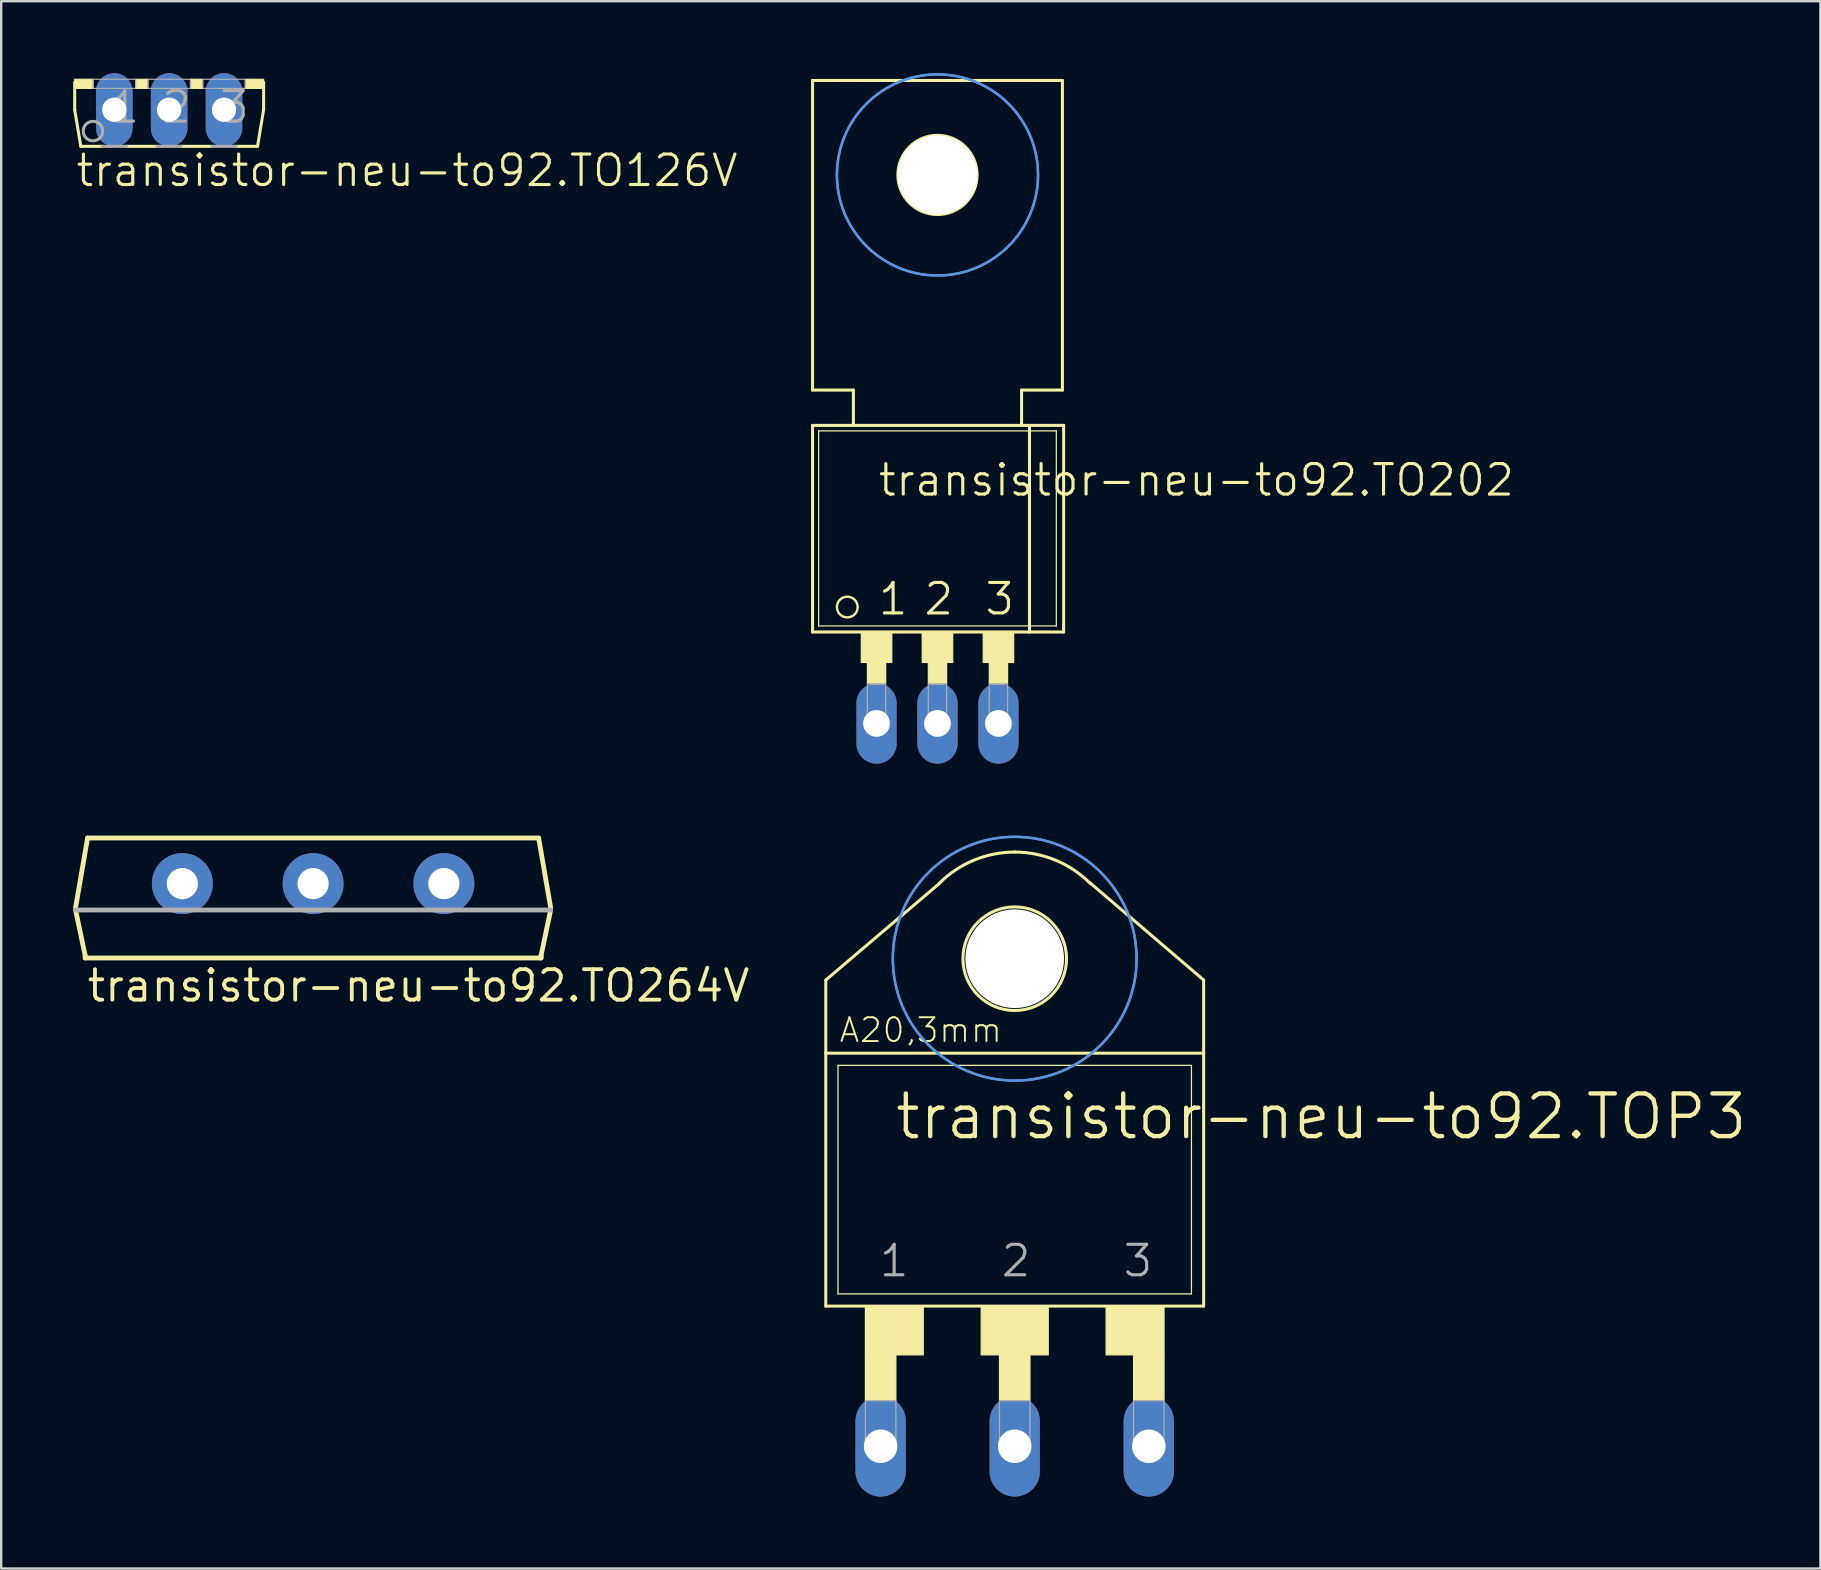
<source format=kicad_pcb>
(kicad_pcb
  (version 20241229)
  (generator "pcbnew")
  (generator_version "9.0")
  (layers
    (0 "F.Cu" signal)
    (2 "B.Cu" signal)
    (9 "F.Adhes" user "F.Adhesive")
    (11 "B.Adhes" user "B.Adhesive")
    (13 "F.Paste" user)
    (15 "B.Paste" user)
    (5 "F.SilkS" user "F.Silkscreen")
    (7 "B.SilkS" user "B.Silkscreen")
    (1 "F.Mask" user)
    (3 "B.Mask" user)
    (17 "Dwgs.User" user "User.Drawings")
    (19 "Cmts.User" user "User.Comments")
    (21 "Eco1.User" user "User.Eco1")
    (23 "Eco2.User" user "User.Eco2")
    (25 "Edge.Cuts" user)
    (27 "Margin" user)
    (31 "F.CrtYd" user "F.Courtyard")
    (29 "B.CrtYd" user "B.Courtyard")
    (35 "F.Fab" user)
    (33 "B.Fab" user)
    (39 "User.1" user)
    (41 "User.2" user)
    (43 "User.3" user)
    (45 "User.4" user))
  (footprint "transistor-neu-to92.TO126V"
    (layer "F.Cu")
    (at 4 0.254)
    (property "Reference" "transistor-neu-to92.TO126V" (at -3.962 4.547 0) (layer "F.SilkS") (effects (font (size 1.27 1.27) (thickness 0.13)) (justify left bottom)))
    (attr through_hole)
    (fp_line (start -3.937 0.127) (end -3.937 1.27) (stroke (width 0.127) (type default)) (layer "F.SilkS"))
    (fp_line (start -3.937 1.27) (end -3.683 2.794) (stroke (width 0.127) (type default)) (layer "F.SilkS"))
    (fp_line (start -3.683 2.794) (end -2.794 2.794) (stroke (width 0.127) (type default)) (layer "F.SilkS"))
    (fp_line (start -1.778 2.794) (end -0.508 2.794) (stroke (width 0.127) (type default)) (layer "F.SilkS"))
    (fp_line (start 0.508 2.794) (end 1.778 2.794) (stroke (width 0.127) (type default)) (layer "F.SilkS"))
    (fp_line (start 2.794 2.794) (end 3.683 2.794) (stroke (width 0.127) (type default)) (layer "F.SilkS"))
    (fp_line (start 3.683 2.794) (end 3.937 1.27) (stroke (width 0.127) (type default)) (layer "F.SilkS"))
    (fp_line (start 3.937 1.27) (end 3.937 0.127) (stroke (width 0.127) (type default)) (layer "F.SilkS"))
    (fp_rect (start -3.937 0.381) (end -3.175 0) (stroke (width 0.05) (type default)) (fill yes) (layer "F.SilkS"))
    (fp_rect (start -1.397 0.381) (end -0.889 0) (stroke (width 0.05) (type default)) (fill yes) (layer "F.SilkS"))
    (fp_rect (start 0.889 0.381) (end 1.397 0) (stroke (width 0.05) (type default)) (fill yes) (layer "F.SilkS"))
    (fp_rect (start 3.175 0.381) (end 3.937 0) (stroke (width 0.05) (type default)) (fill yes) (layer "F.SilkS"))
    (fp_line (start -2.794 2.794) (end -1.778 2.794) (stroke (width 0.127) (type default)) (layer "F.Fab"))
    (fp_line (start -0.508 2.794) (end 0.508 2.794) (stroke (width 0.127) (type default)) (layer "F.Fab"))
    (fp_line (start 1.778 2.794) (end 2.794 2.794) (stroke (width 0.127) (type default)) (layer "F.Fab"))
    (fp_rect (start -3.175 0.381) (end -1.397 0) (stroke (width 0.05) (type default)) (fill no) (layer "F.Fab"))
    (fp_rect (start -0.889 0.381) (end 0.889 0) (stroke (width 0.05) (type default)) (fill no) (layer "F.Fab"))
    (fp_rect (start 1.397 0.381) (end 3.175 0) (stroke (width 0.05) (type default)) (fill no) (layer "F.Fab"))
    (fp_circle (center -3.175 2.159) (end -2.769 2.159) (stroke (width 0.127) (type default)) (fill no) (layer "F.Fab"))
    (fp_text user "1" (at -2.54 1.905 0) (layer "F.Fab") (effects (font (size 1.27 1.27) (thickness 0.13)) (justify left bottom)))
    (fp_text user "3" (at 2.032 1.905 0) (layer "F.Fab") (effects (font (size 1.27 1.27) (thickness 0.13)) (justify left bottom)))
    (fp_text user "2" (at -0.381 1.905 0) (layer "F.Fab") (effects (font (size 1.27 1.27) (thickness 0.13)) (justify left bottom)))
    (pad "1" thru_hole oval (at -2.286 1.27 90) (size 3.048 1.524) (drill 1.016) (layers "*.Cu" "*.Mask"))
    (pad "2" thru_hole oval (at 0 1.27 90) (size 3.048 1.524) (drill 1.016) (layers "*.Cu" "*.Mask"))
    (pad "3" thru_hole oval (at 2.286 1.27 90) (size 3.048 1.524) (drill 1.016) (layers "*.Cu" "*.Mask")))
  (footprint "transistor-neu-to92.TO264V"
    (layer "F.Cu")
    (at 10 33.777)
    (property "Reference" "transistor-neu-to92.TO264V" (at -9.5 5 0) (layer "F.SilkS") (effects (font (size 1.27 1.27) (thickness 0.16)) (justify left bottom)))
    (attr through_hole)
    (fp_line (start -9.5 3) (end -9.9 1.1) (stroke (width 0.2) (type default)) (layer "F.SilkS"))
    (fp_line (start -9.5 3.1) (end -9.5 3) (stroke (width 0.2) (type default)) (layer "F.SilkS"))
    (fp_line (start -9.4 -1.9) (end -9.9 1) (stroke (width 0.2) (type default)) (layer "F.SilkS"))
    (fp_line (start 9.4 -1.9) (end -9.4 -1.9) (stroke (width 0.2) (type default)) (layer "F.SilkS"))
    (fp_line (start 9.5 3) (end 9.5 3.1) (stroke (width 0.2) (type default)) (layer "F.SilkS"))
    (fp_line (start 9.5 3.1) (end -9.5 3.1) (stroke (width 0.2) (type default)) (layer "F.SilkS"))
    (fp_line (start 9.9 1) (end 9.4 -1.9) (stroke (width 0.2) (type default)) (layer "F.SilkS"))
    (fp_line (start 9.9 1.1) (end 9.5 3) (stroke (width 0.2) (type default)) (layer "F.SilkS"))
    (fp_line (start 9.9 1.1) (end -9.9 1.1) (stroke (width 0.2) (type default)) (layer "F.Fab"))
    (pad "1" thru_hole circle (at -5.45 0) (size 2.54 2.54) (drill 1.3) (layers "*.Cu" "*.Mask"))
    (pad "2" thru_hole circle (at 0 0) (size 2.54 2.54) (drill 1.3) (layers "*.Cu" "*.Mask"))
    (pad "3" thru_hole circle (at 5.45 0) (size 2.54 2.54) (drill 1.3) (layers "*.Cu" "*.Mask")))
  (footprint "transistor-neu-to92.TO202"
    (layer "F.Cu")
    (at 36.022 22.021)
    (property "Reference" "transistor-neu-to92.TO202" (at -2.54 -4.318 0) (layer "F.SilkS") (effects (font (size 1.27 1.27) (thickness 0.13)) (justify left bottom)))
    (attr through_hole)
    (fp_line (start -5.207 -21.717) (end -5.207 -8.814) (stroke (width 0.127) (type default)) (layer "F.SilkS"))
    (fp_line (start -5.207 -7.341) (end -3.505 -7.341) (stroke (width 0.127) (type default)) (layer "F.SilkS"))
    (fp_line (start -5.207 1.27) (end -5.207 -7.341) (stroke (width 0.127) (type default)) (layer "F.SilkS"))
    (fp_line (start -5.207 1.27) (end 3.835 1.27) (stroke (width 0.127) (type default)) (layer "F.SilkS"))
    (fp_line (start -4.953 1.016) (end -4.953 -7.112) (stroke (width 0.051) (type default)) (layer "F.SilkS"))
    (fp_line (start -4.953 1.016) (end 4.953 1.016) (stroke (width 0.051) (type default)) (layer "F.SilkS"))
    (fp_line (start -3.505 -8.814) (end -5.207 -8.814) (stroke (width 0.127) (type default)) (layer "F.SilkS"))
    (fp_line (start -3.505 -7.341) (end -3.505 -8.814) (stroke (width 0.127) (type default)) (layer "F.SilkS"))
    (fp_line (start -3.505 -7.341) (end 3.505 -7.341) (stroke (width 0.127) (type default)) (layer "F.SilkS"))
    (fp_line (start 3.505 -8.814) (end 3.505 -7.341) (stroke (width 0.127) (type default)) (layer "F.SilkS"))
    (fp_line (start 3.505 -7.341) (end 3.835 -7.341) (stroke (width 0.127) (type default)) (layer "F.SilkS"))
    (fp_line (start 3.835 -7.341) (end 5.258 -7.341) (stroke (width 0.127) (type default)) (layer "F.SilkS"))
    (fp_line (start 3.835 1.27) (end 3.835 -7.341) (stroke (width 0.127) (type default)) (layer "F.SilkS"))
    (fp_line (start 3.835 1.27) (end 5.258 1.27) (stroke (width 0.127) (type default)) (layer "F.SilkS"))
    (fp_line (start 4.953 -7.112) (end -4.953 -7.112) (stroke (width 0.051) (type default)) (layer "F.SilkS"))
    (fp_line (start 4.953 -7.112) (end 4.953 1.016) (stroke (width 0.051) (type default)) (layer "F.SilkS"))
    (fp_line (start 5.207 -21.717) (end -5.207 -21.717) (stroke (width 0.127) (type default)) (layer "F.SilkS"))
    (fp_line (start 5.207 -21.717) (end 5.207 -8.814) (stroke (width 0.127) (type default)) (layer "F.SilkS"))
    (fp_line (start 5.207 -8.814) (end 3.505 -8.814) (stroke (width 0.127) (type default)) (layer "F.SilkS"))
    (fp_line (start 5.258 1.27) (end 5.258 -7.341) (stroke (width 0.127) (type default)) (layer "F.SilkS"))
    (fp_rect (start -3.175 2.54) (end -1.905 1.27) (stroke (width 0.05) (type default)) (fill yes) (layer "F.SilkS"))
    (fp_rect (start -2.921 3.429) (end -2.159 2.54) (stroke (width 0.05) (type default)) (fill yes) (layer "F.SilkS"))
    (fp_rect (start -0.635 2.54) (end 0.635 1.27) (stroke (width 0.05) (type default)) (fill yes) (layer "F.SilkS"))
    (fp_rect (start -0.381 3.429) (end 0.381 2.54) (stroke (width 0.05) (type default)) (fill yes) (layer "F.SilkS"))
    (fp_rect (start 1.905 2.54) (end 3.175 1.27) (stroke (width 0.05) (type default)) (fill yes) (layer "F.SilkS"))
    (fp_rect (start 2.159 3.429) (end 2.921 2.54) (stroke (width 0.05) (type default)) (fill yes) (layer "F.SilkS"))
    (fp_circle (center -3.759 0.229) (end -3.327 0.229) (stroke (width 0.1) (type default)) (fill no) (layer "F.SilkS"))
    (fp_circle (center 0 -17.78) (end 1.651 -17.78) (stroke (width 0.127) (type default)) (fill no) (layer "F.SilkS"))
    (fp_circle (center 0 -17.78) (end 4.191 -17.78) (stroke (width 0.1) (type default)) (fill no) (layer "Cmts.User"))
    (fp_circle (center 0 -17.78) (end 4.191 -17.78) (stroke (width 0.1) (type default)) (fill no) (layer "Cmts.User"))
    (fp_rect (start -2.921 5.08) (end -2.159 3.429) (stroke (width 0.05) (type default)) (fill no) (layer "F.Fab"))
    (fp_rect (start -0.381 5.08) (end 0.381 3.429) (stroke (width 0.05) (type default)) (fill no) (layer "F.Fab"))
    (fp_rect (start 2.159 5.08) (end 2.921 3.429) (stroke (width 0.05) (type default)) (fill no) (layer "F.Fab"))
    (fp_text user "2" (at -0.635 0.635 0) (layer "F.SilkS") (effects (font (size 1.27 1.27) (thickness 0.13)) (justify left bottom)))
    (fp_text user "3" (at 1.905 0.635 0) (layer "F.SilkS") (effects (font (size 1.27 1.27) (thickness 0.13)) (justify left bottom)))
    (fp_text user "1" (at -2.54 0.635 0) (layer "F.SilkS") (effects (font (size 1.27 1.27) (thickness 0.13)) (justify left bottom)))
    (pad "" np_thru_hole circle (at 0 -17.78) (size 3.302 3.302) (drill 3.302) (layers "*.Cu" "*.Mask"))
    (pad "1" thru_hole oval (at -2.54 5.08 90) (size 3.353 1.676) (drill 1.118) (layers "*.Cu" "*.Mask"))
    (pad "2" thru_hole oval (at 0 5.08 90) (size 3.353 1.676) (drill 1.118) (layers "*.Cu" "*.Mask"))
    (pad "3" thru_hole oval (at 2.54 5.08 90) (size 3.353 1.676) (drill 1.118) (layers "*.Cu" "*.Mask")))
  (footprint "transistor-neu-to92.TOP3"
    (layer "F.Cu")
    (at 39.241 49.607)
    (property "Reference" "transistor-neu-to92.TOP3" (at -5.08 -5.08 0) (layer "F.SilkS") (effects (font (size 1.778 1.778) (thickness 0.18)) (justify left bottom)))
    (attr through_hole)
    (fp_line (start -7.874 -11.811) (end -3.124 -15.85) (stroke (width 0.127) (type default)) (layer "F.SilkS"))
    (fp_line (start -7.874 -8.763) (end -7.874 -11.811) (stroke (width 0.127) (type default)) (layer "F.SilkS"))
    (fp_line (start -7.874 1.778) (end -7.874 -8.763) (stroke (width 0.127) (type default)) (layer "F.SilkS"))
    (fp_line (start -7.874 1.778) (end 7.874 1.778) (stroke (width 0.127) (type default)) (layer "F.SilkS"))
    (fp_line (start -7.366 1.27) (end -7.366 -8.255) (stroke (width 0.051) (type default)) (layer "F.SilkS"))
    (fp_line (start -7.366 1.27) (end 7.366 1.27) (stroke (width 0.051) (type default)) (layer "F.SilkS"))
    (fp_line (start 7.366 -8.255) (end -7.366 -8.255) (stroke (width 0.051) (type default)) (layer "F.SilkS"))
    (fp_line (start 7.366 -8.255) (end 7.366 1.27) (stroke (width 0.051) (type default)) (layer "F.SilkS"))
    (fp_line (start 7.874 -11.811) (end 3.124 -15.875) (stroke (width 0.127) (type default)) (layer "F.SilkS"))
    (fp_line (start 7.874 -8.763) (end -7.874 -8.763) (stroke (width 0.127) (type default)) (layer "F.SilkS"))
    (fp_line (start 7.874 -8.763) (end 7.874 -11.811) (stroke (width 0.127) (type default)) (layer "F.SilkS"))
    (fp_line (start 7.874 -8.763) (end 7.874 1.778) (stroke (width 0.127) (type default)) (layer "F.SilkS"))
    (fp_rect (start -6.223 3.81) (end -3.81 1.778) (stroke (width 0.05) (type default)) (fill yes) (layer "F.SilkS"))
    (fp_rect (start -6.223 5.715) (end -4.953 3.81) (stroke (width 0.05) (type default)) (fill yes) (layer "F.SilkS"))
    (fp_rect (start -1.397 3.81) (end 1.397 1.778) (stroke (width 0.05) (type default)) (fill yes) (layer "F.SilkS"))
    (fp_rect (start -0.635 5.715) (end 0.635 3.81) (stroke (width 0.05) (type default)) (fill yes) (layer "F.SilkS"))
    (fp_rect (start 3.81 3.81) (end 6.223 1.778) (stroke (width 0.05) (type default)) (fill yes) (layer "F.SilkS"))
    (fp_rect (start 4.953 5.715) (end 6.223 3.81) (stroke (width 0.05) (type default)) (fill yes) (layer "F.SilkS"))
    (fp_arc (start -3.1431 -15.8431) (mid -1.701032 -16.806651) (end 0 -17.145) (stroke (width 0.127) (type default)) (layer "F.SilkS"))
    (fp_arc (start 0 -17.145) (mid 1.701032 -16.806651) (end 3.1431 -15.8431) (stroke (width 0.127) (type default)) (layer "F.SilkS"))
    (fp_circle (center 0 -12.7) (end 2.159 -12.7) (stroke (width 0.127) (type default)) (fill no) (layer "F.SilkS"))
    (fp_circle (center 0 -12.7) (end 5.08 -12.7) (stroke (width 0.1) (type default)) (fill no) (layer "Cmts.User"))
    (fp_circle (center 0 -12.7) (end 5.08 -12.7) (stroke (width 0.1) (type default)) (fill no) (layer "Cmts.User"))
    (fp_rect (start -6.223 7.62) (end -4.953 5.715) (stroke (width 0.05) (type default)) (fill no) (layer "F.Fab"))
    (fp_rect (start -0.635 7.62) (end 0.635 5.715) (stroke (width 0.05) (type default)) (fill no) (layer "F.Fab"))
    (fp_rect (start 4.953 7.62) (end 6.223 5.715) (stroke (width 0.05) (type default)) (fill no) (layer "F.Fab"))
    (fp_text user "A20,3mm" (at -7.366 -9.144 0) (layer "F.SilkS") (effects (font (size 0.991 0.991) (thickness 0.08)) (justify left bottom)))
    (fp_text user "3" (at 4.445 0.635 0) (layer "F.Fab") (effects (font (size 1.27 1.27) (thickness 0.13)) (justify left bottom)))
    (fp_text user "2" (at -0.635 0.635 0) (layer "F.Fab") (effects (font (size 1.27 1.27) (thickness 0.13)) (justify left bottom)))
    (fp_text user "1" (at -5.715 0.635 0) (layer "F.Fab") (effects (font (size 1.27 1.27) (thickness 0.13)) (justify left bottom)))
    (pad "" np_thru_hole circle (at 0 -12.7) (size 4.115 4.115) (drill 4.115) (layers "*.Cu" "*.Mask"))
    (pad "1" thru_hole oval (at -5.588 7.62 90) (size 4.191 2.095) (drill 1.397) (layers "*.Cu" "*.Mask"))
    (pad "2" thru_hole oval (at 0 7.62 90) (size 4.191 2.095) (drill 1.397) (layers "*.Cu" "*.Mask"))
    (pad "3" thru_hole oval (at 5.588 7.62 90) (size 4.191 2.095) (drill 1.397) (layers "*.Cu" "*.Mask")))
  (gr_rect
    (start -3 -3)
    (end 72.82 62.323)
    (stroke (width 0.1) (type default))
    (fill no)
    (layer "Edge.Cuts")))
</source>
